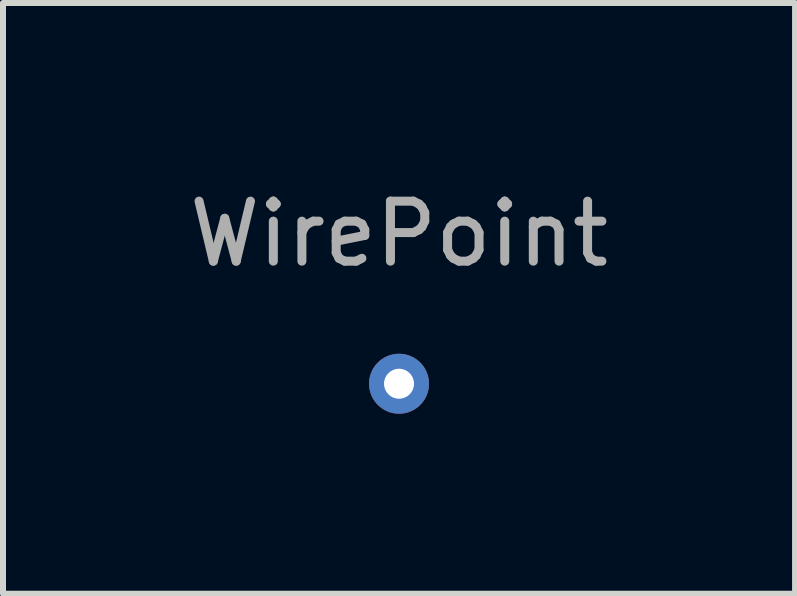
<source format=kicad_pcb>
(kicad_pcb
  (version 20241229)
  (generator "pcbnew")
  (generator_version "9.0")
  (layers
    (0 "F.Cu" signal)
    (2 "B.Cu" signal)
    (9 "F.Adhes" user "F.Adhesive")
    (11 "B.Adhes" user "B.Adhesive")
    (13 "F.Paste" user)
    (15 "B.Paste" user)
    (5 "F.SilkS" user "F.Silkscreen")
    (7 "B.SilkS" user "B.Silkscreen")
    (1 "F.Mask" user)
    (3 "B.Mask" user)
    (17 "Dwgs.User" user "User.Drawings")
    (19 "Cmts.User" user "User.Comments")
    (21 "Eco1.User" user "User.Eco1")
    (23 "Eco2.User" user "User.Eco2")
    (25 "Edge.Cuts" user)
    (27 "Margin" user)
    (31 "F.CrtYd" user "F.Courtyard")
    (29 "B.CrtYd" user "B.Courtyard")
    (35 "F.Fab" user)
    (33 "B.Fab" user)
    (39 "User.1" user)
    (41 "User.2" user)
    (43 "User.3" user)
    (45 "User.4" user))
  (footprint "WirePoint"
    (layer "F.Cu")
    (at 3.601 3.346)
    (property "Reference" "WirePoint" (at 0 -2.498 0) (layer "F.Fab") (effects (font (size 1 1) (thickness 0.15))))
    (attr exclude_from_pos_files exclude_from_bom)
    (pad "1" thru_hole circle (at 0 0) (size 1 1) (drill 0.5) (layers "*.Cu" "*.Mask")))
  (gr_rect
    (start -3 -3)
    (end 10.202 6.846)
    (stroke (width 0.1) (type default))
    (fill no)
    (layer "Edge.Cuts")))
</source>
